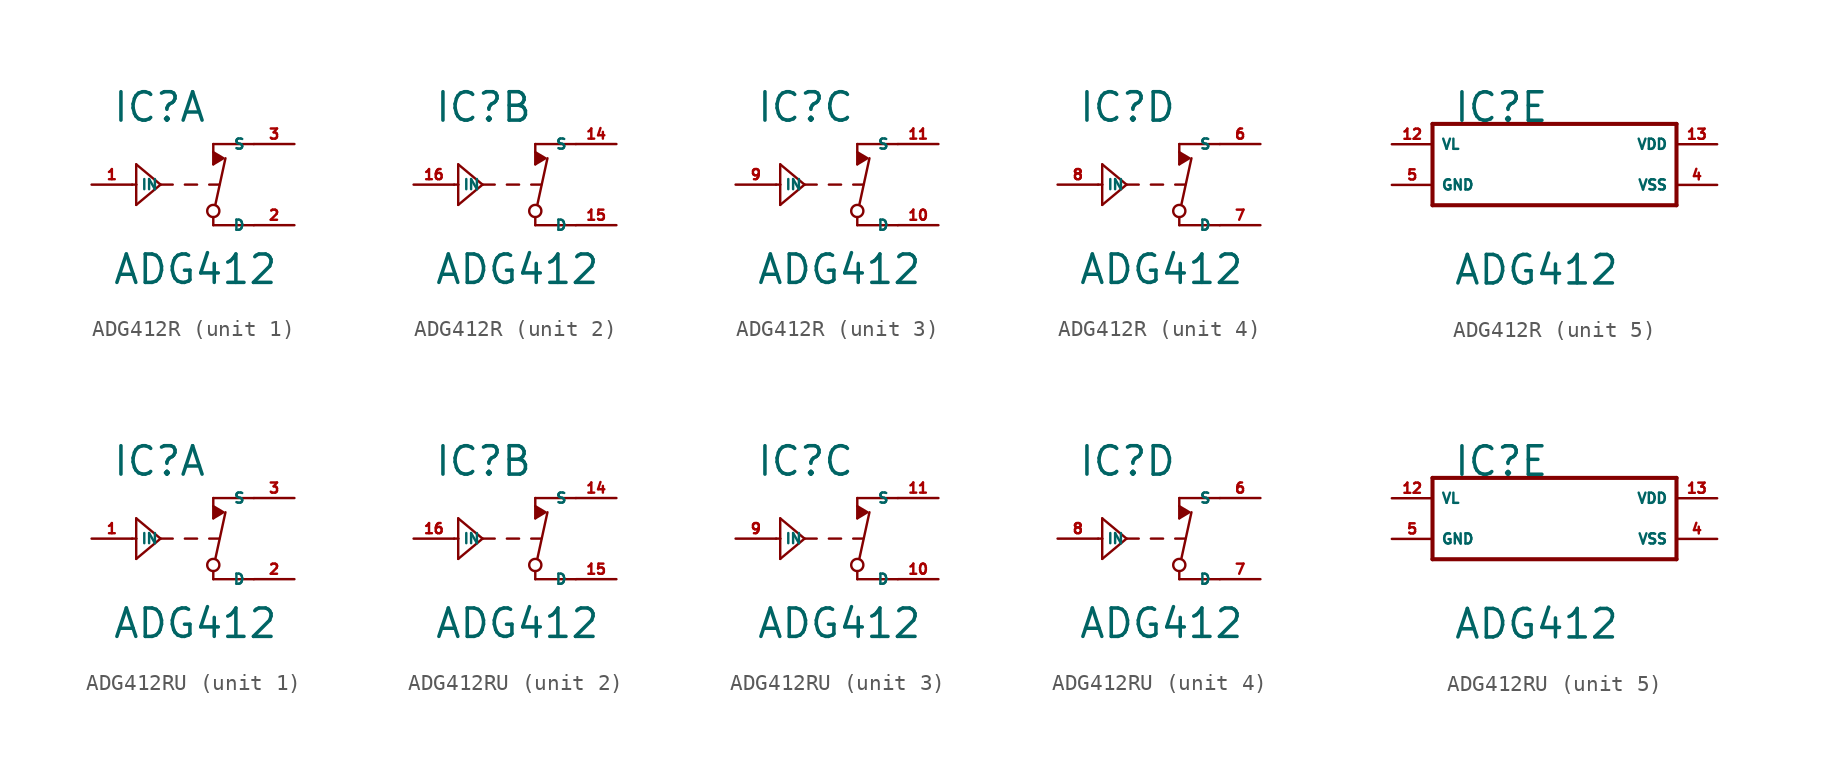
<source format=kicad_sym>
(kicad_symbol_lib
  (version 20220914)
  (generator Eagle2Kicad)
  (symbol "ADG412R"
    (property "Reference" "IC"
      (at -6.35 3.81 0)
      (effects (font (size 1.778 1.778) (thickness 0.22)) (justify left bottom)))
    (property "Value" "ADG412"
      (at -6.35 -6.35 0)
      (effects (font (size 1.778 1.778) (thickness 0.22)) (justify left bottom)))
    (symbol "ADG412R_1_0"
      (polyline (pts (xy 0 1.27) (xy 0.635 1.651) (xy 0 2.032)) (stroke (width 0.152) (type default)) (fill (type outline)))
      (polyline (pts (xy 2.54 2.54) (xy 0 2.54)) (stroke (width 0.152) (type default)) (fill (type none)))
      (polyline (pts (xy 0 2.54) (xy 0 1.27)) (stroke (width 0.152) (type default)) (fill (type none)))
      (polyline (pts (xy 2.54 -2.54) (xy 0 -2.54)) (stroke (width 0.152) (type default)) (fill (type none)))
      (polyline (pts (xy 0 -2.54) (xy 0 -2.032)) (stroke (width 0.152) (type default)) (fill (type none)))
      (polyline (pts (xy 0.127 -1.27) (xy 0.762 1.651)) (stroke (width 0.152) (type default)) (fill (type none)))
      (polyline (pts (xy -5.08 0) (xy -4.826 0)) (stroke (width 0.152) (type default)) (fill (type none)))
      (polyline (pts (xy -4.826 0) (xy -4.826 1.27)) (stroke (width 0.152) (type default)) (fill (type none)))
      (polyline (pts (xy -4.826 1.27) (xy -3.302 0)) (stroke (width 0.152) (type default)) (fill (type none)))
      (polyline (pts (xy -3.302 0) (xy -4.826 -1.27)) (stroke (width 0.152) (type default)) (fill (type none)))
      (polyline (pts (xy -4.826 -1.27) (xy -4.826 0)) (stroke (width 0.152) (type default)) (fill (type none)))
      (polyline (pts (xy -3.302 0) (xy -2.54 0)) (stroke (width 0.152) (type default)) (fill (type none)))
      (polyline (pts (xy -1.778 0) (xy -1.016 0)) (stroke (width 0.152) (type default)) (fill (type none)))
      (polyline (pts (xy -0.254 0) (xy 0.381 0)) (stroke (width 0.152) (type default)) (fill (type none)))
      (circle (center 0 -1.651) (radius 0.381) (stroke (width 0.152) (type default)) (fill (type none)))
      (pin input line (at -7.62 0 0) (length 2.54) (name "IN" (effects (font (size 0.635 0.635) (thickness 0.08)) (justify left bottom))) (number "1" (effects (font (size 0.635 0.635) (thickness 0.08)) (justify left bottom))))
      (pin passive line (at 5.08 2.54 180) (length 2.54) (name "S" (effects (font (size 0.635 0.635) (thickness 0.08)) (justify left bottom))) (number "3" (effects (font (size 0.635 0.635) (thickness 0.08)) (justify left bottom))))
      (pin passive line (at 5.08 -2.54 180) (length 2.54) (name "D" (effects (font (size 0.635 0.635) (thickness 0.08)) (justify left bottom))) (number "2" (effects (font (size 0.635 0.635) (thickness 0.08)) (justify left bottom)))))
    (symbol "ADG412R_2_0"
      (polyline (pts (xy 0 1.27) (xy 0.635 1.651) (xy 0 2.032)) (stroke (width 0.152) (type default)) (fill (type outline)))
      (polyline (pts (xy 2.54 2.54) (xy 0 2.54)) (stroke (width 0.152) (type default)) (fill (type none)))
      (polyline (pts (xy 0 2.54) (xy 0 1.27)) (stroke (width 0.152) (type default)) (fill (type none)))
      (polyline (pts (xy 2.54 -2.54) (xy 0 -2.54)) (stroke (width 0.152) (type default)) (fill (type none)))
      (polyline (pts (xy 0 -2.54) (xy 0 -2.032)) (stroke (width 0.152) (type default)) (fill (type none)))
      (polyline (pts (xy 0.127 -1.27) (xy 0.762 1.651)) (stroke (width 0.152) (type default)) (fill (type none)))
      (polyline (pts (xy -5.08 0) (xy -4.826 0)) (stroke (width 0.152) (type default)) (fill (type none)))
      (polyline (pts (xy -4.826 0) (xy -4.826 1.27)) (stroke (width 0.152) (type default)) (fill (type none)))
      (polyline (pts (xy -4.826 1.27) (xy -3.302 0)) (stroke (width 0.152) (type default)) (fill (type none)))
      (polyline (pts (xy -3.302 0) (xy -4.826 -1.27)) (stroke (width 0.152) (type default)) (fill (type none)))
      (polyline (pts (xy -4.826 -1.27) (xy -4.826 0)) (stroke (width 0.152) (type default)) (fill (type none)))
      (polyline (pts (xy -3.302 0) (xy -2.54 0)) (stroke (width 0.152) (type default)) (fill (type none)))
      (polyline (pts (xy -1.778 0) (xy -1.016 0)) (stroke (width 0.152) (type default)) (fill (type none)))
      (polyline (pts (xy -0.254 0) (xy 0.381 0)) (stroke (width 0.152) (type default)) (fill (type none)))
      (circle (center 0 -1.651) (radius 0.381) (stroke (width 0.152) (type default)) (fill (type none)))
      (pin input line (at -7.62 0 0) (length 2.54) (name "IN" (effects (font (size 0.635 0.635) (thickness 0.08)) (justify left bottom))) (number "16" (effects (font (size 0.635 0.635) (thickness 0.08)) (justify left bottom))))
      (pin passive line (at 5.08 2.54 180) (length 2.54) (name "S" (effects (font (size 0.635 0.635) (thickness 0.08)) (justify left bottom))) (number "14" (effects (font (size 0.635 0.635) (thickness 0.08)) (justify left bottom))))
      (pin passive line (at 5.08 -2.54 180) (length 2.54) (name "D" (effects (font (size 0.635 0.635) (thickness 0.08)) (justify left bottom))) (number "15" (effects (font (size 0.635 0.635) (thickness 0.08)) (justify left bottom)))))
    (symbol "ADG412R_3_0"
      (polyline (pts (xy 0 1.27) (xy 0.635 1.651) (xy 0 2.032)) (stroke (width 0.152) (type default)) (fill (type outline)))
      (polyline (pts (xy 2.54 2.54) (xy 0 2.54)) (stroke (width 0.152) (type default)) (fill (type none)))
      (polyline (pts (xy 0 2.54) (xy 0 1.27)) (stroke (width 0.152) (type default)) (fill (type none)))
      (polyline (pts (xy 2.54 -2.54) (xy 0 -2.54)) (stroke (width 0.152) (type default)) (fill (type none)))
      (polyline (pts (xy 0 -2.54) (xy 0 -2.032)) (stroke (width 0.152) (type default)) (fill (type none)))
      (polyline (pts (xy 0.127 -1.27) (xy 0.762 1.651)) (stroke (width 0.152) (type default)) (fill (type none)))
      (polyline (pts (xy -5.08 0) (xy -4.826 0)) (stroke (width 0.152) (type default)) (fill (type none)))
      (polyline (pts (xy -4.826 0) (xy -4.826 1.27)) (stroke (width 0.152) (type default)) (fill (type none)))
      (polyline (pts (xy -4.826 1.27) (xy -3.302 0)) (stroke (width 0.152) (type default)) (fill (type none)))
      (polyline (pts (xy -3.302 0) (xy -4.826 -1.27)) (stroke (width 0.152) (type default)) (fill (type none)))
      (polyline (pts (xy -4.826 -1.27) (xy -4.826 0)) (stroke (width 0.152) (type default)) (fill (type none)))
      (polyline (pts (xy -3.302 0) (xy -2.54 0)) (stroke (width 0.152) (type default)) (fill (type none)))
      (polyline (pts (xy -1.778 0) (xy -1.016 0)) (stroke (width 0.152) (type default)) (fill (type none)))
      (polyline (pts (xy -0.254 0) (xy 0.381 0)) (stroke (width 0.152) (type default)) (fill (type none)))
      (circle (center 0 -1.651) (radius 0.381) (stroke (width 0.152) (type default)) (fill (type none)))
      (pin input line (at -7.62 0 0) (length 2.54) (name "IN" (effects (font (size 0.635 0.635) (thickness 0.08)) (justify left bottom))) (number "9" (effects (font (size 0.635 0.635) (thickness 0.08)) (justify left bottom))))
      (pin passive line (at 5.08 2.54 180) (length 2.54) (name "S" (effects (font (size 0.635 0.635) (thickness 0.08)) (justify left bottom))) (number "11" (effects (font (size 0.635 0.635) (thickness 0.08)) (justify left bottom))))
      (pin passive line (at 5.08 -2.54 180) (length 2.54) (name "D" (effects (font (size 0.635 0.635) (thickness 0.08)) (justify left bottom))) (number "10" (effects (font (size 0.635 0.635) (thickness 0.08)) (justify left bottom)))))
    (symbol "ADG412R_4_0"
      (polyline (pts (xy 0 1.27) (xy 0.635 1.651) (xy 0 2.032)) (stroke (width 0.152) (type default)) (fill (type outline)))
      (polyline (pts (xy 2.54 2.54) (xy 0 2.54)) (stroke (width 0.152) (type default)) (fill (type none)))
      (polyline (pts (xy 0 2.54) (xy 0 1.27)) (stroke (width 0.152) (type default)) (fill (type none)))
      (polyline (pts (xy 2.54 -2.54) (xy 0 -2.54)) (stroke (width 0.152) (type default)) (fill (type none)))
      (polyline (pts (xy 0 -2.54) (xy 0 -2.032)) (stroke (width 0.152) (type default)) (fill (type none)))
      (polyline (pts (xy 0.127 -1.27) (xy 0.762 1.651)) (stroke (width 0.152) (type default)) (fill (type none)))
      (polyline (pts (xy -5.08 0) (xy -4.826 0)) (stroke (width 0.152) (type default)) (fill (type none)))
      (polyline (pts (xy -4.826 0) (xy -4.826 1.27)) (stroke (width 0.152) (type default)) (fill (type none)))
      (polyline (pts (xy -4.826 1.27) (xy -3.302 0)) (stroke (width 0.152) (type default)) (fill (type none)))
      (polyline (pts (xy -3.302 0) (xy -4.826 -1.27)) (stroke (width 0.152) (type default)) (fill (type none)))
      (polyline (pts (xy -4.826 -1.27) (xy -4.826 0)) (stroke (width 0.152) (type default)) (fill (type none)))
      (polyline (pts (xy -3.302 0) (xy -2.54 0)) (stroke (width 0.152) (type default)) (fill (type none)))
      (polyline (pts (xy -1.778 0) (xy -1.016 0)) (stroke (width 0.152) (type default)) (fill (type none)))
      (polyline (pts (xy -0.254 0) (xy 0.381 0)) (stroke (width 0.152) (type default)) (fill (type none)))
      (circle (center 0 -1.651) (radius 0.381) (stroke (width 0.152) (type default)) (fill (type none)))
      (pin input line (at -7.62 0 0) (length 2.54) (name "IN" (effects (font (size 0.635 0.635) (thickness 0.08)) (justify left bottom))) (number "8" (effects (font (size 0.635 0.635) (thickness 0.08)) (justify left bottom))))
      (pin passive line (at 5.08 2.54 180) (length 2.54) (name "S" (effects (font (size 0.635 0.635) (thickness 0.08)) (justify left bottom))) (number "6" (effects (font (size 0.635 0.635) (thickness 0.08)) (justify left bottom))))
      (pin passive line (at 5.08 -2.54 180) (length 2.54) (name "D" (effects (font (size 0.635 0.635) (thickness 0.08)) (justify left bottom))) (number "7" (effects (font (size 0.635 0.635) (thickness 0.08)) (justify left bottom)))))
    (symbol "ADG412R_5_0"
      (polyline (pts (xy -7.62 3.81) (xy 7.62 3.81)) (stroke (width 0.254) (type default)) (fill (type none)))
      (polyline (pts (xy 7.62 3.81) (xy 7.62 -1.27)) (stroke (width 0.254) (type default)) (fill (type none)))
      (polyline (pts (xy 7.62 -1.27) (xy -7.62 -1.27)) (stroke (width 0.254) (type default)) (fill (type none)))
      (polyline (pts (xy -7.62 -1.27) (xy -7.62 3.81)) (stroke (width 0.254) (type default)) (fill (type none)))
      (pin unspecified line (at 10.16 2.54 180) (length 2.54) (name "VDD" (effects (font (size 0.635 0.635) (thickness 0.08)) (justify left bottom))) (number "13" (effects (font (size 0.635 0.635) (thickness 0.08)) (justify left bottom))))
      (pin unspecified line (at 10.16 0 180) (length 2.54) (name "VSS" (effects (font (size 0.635 0.635) (thickness 0.08)) (justify left bottom))) (number "4" (effects (font (size 0.635 0.635) (thickness 0.08)) (justify left bottom))))
      (pin unspecified line (at -10.16 0 0) (length 2.54) (name "GND" (effects (font (size 0.635 0.635) (thickness 0.08)) (justify left bottom))) (number "5" (effects (font (size 0.635 0.635) (thickness 0.08)) (justify left bottom))))
      (pin unspecified line (at -10.16 2.54 0) (length 2.54) (name "VL" (effects (font (size 0.635 0.635) (thickness 0.08)) (justify left bottom))) (number "12" (effects (font (size 0.635 0.635) (thickness 0.08)) (justify left bottom))))))
  (symbol "ADG412RU"
    (property "Reference" "IC"
      (at -6.35 3.81 0)
      (effects (font (size 1.778 1.778) (thickness 0.22)) (justify left bottom)))
    (property "Value" "ADG412"
      (at -6.35 -6.35 0)
      (effects (font (size 1.778 1.778) (thickness 0.22)) (justify left bottom)))
    (symbol "ADG412RU_1_0"
      (polyline (pts (xy 0 1.27) (xy 0.635 1.651) (xy 0 2.032)) (stroke (width 0.152) (type default)) (fill (type outline)))
      (polyline (pts (xy 2.54 2.54) (xy 0 2.54)) (stroke (width 0.152) (type default)) (fill (type none)))
      (polyline (pts (xy 0 2.54) (xy 0 1.27)) (stroke (width 0.152) (type default)) (fill (type none)))
      (polyline (pts (xy 2.54 -2.54) (xy 0 -2.54)) (stroke (width 0.152) (type default)) (fill (type none)))
      (polyline (pts (xy 0 -2.54) (xy 0 -2.032)) (stroke (width 0.152) (type default)) (fill (type none)))
      (polyline (pts (xy 0.127 -1.27) (xy 0.762 1.651)) (stroke (width 0.152) (type default)) (fill (type none)))
      (polyline (pts (xy -5.08 0) (xy -4.826 0)) (stroke (width 0.152) (type default)) (fill (type none)))
      (polyline (pts (xy -4.826 0) (xy -4.826 1.27)) (stroke (width 0.152) (type default)) (fill (type none)))
      (polyline (pts (xy -4.826 1.27) (xy -3.302 0)) (stroke (width 0.152) (type default)) (fill (type none)))
      (polyline (pts (xy -3.302 0) (xy -4.826 -1.27)) (stroke (width 0.152) (type default)) (fill (type none)))
      (polyline (pts (xy -4.826 -1.27) (xy -4.826 0)) (stroke (width 0.152) (type default)) (fill (type none)))
      (polyline (pts (xy -3.302 0) (xy -2.54 0)) (stroke (width 0.152) (type default)) (fill (type none)))
      (polyline (pts (xy -1.778 0) (xy -1.016 0)) (stroke (width 0.152) (type default)) (fill (type none)))
      (polyline (pts (xy -0.254 0) (xy 0.381 0)) (stroke (width 0.152) (type default)) (fill (type none)))
      (circle (center 0 -1.651) (radius 0.381) (stroke (width 0.152) (type default)) (fill (type none)))
      (pin input line (at -7.62 0 0) (length 2.54) (name "IN" (effects (font (size 0.635 0.635) (thickness 0.08)) (justify left bottom))) (number "1" (effects (font (size 0.635 0.635) (thickness 0.08)) (justify left bottom))))
      (pin passive line (at 5.08 2.54 180) (length 2.54) (name "S" (effects (font (size 0.635 0.635) (thickness 0.08)) (justify left bottom))) (number "3" (effects (font (size 0.635 0.635) (thickness 0.08)) (justify left bottom))))
      (pin passive line (at 5.08 -2.54 180) (length 2.54) (name "D" (effects (font (size 0.635 0.635) (thickness 0.08)) (justify left bottom))) (number "2" (effects (font (size 0.635 0.635) (thickness 0.08)) (justify left bottom)))))
    (symbol "ADG412RU_2_0"
      (polyline (pts (xy 0 1.27) (xy 0.635 1.651) (xy 0 2.032)) (stroke (width 0.152) (type default)) (fill (type outline)))
      (polyline (pts (xy 2.54 2.54) (xy 0 2.54)) (stroke (width 0.152) (type default)) (fill (type none)))
      (polyline (pts (xy 0 2.54) (xy 0 1.27)) (stroke (width 0.152) (type default)) (fill (type none)))
      (polyline (pts (xy 2.54 -2.54) (xy 0 -2.54)) (stroke (width 0.152) (type default)) (fill (type none)))
      (polyline (pts (xy 0 -2.54) (xy 0 -2.032)) (stroke (width 0.152) (type default)) (fill (type none)))
      (polyline (pts (xy 0.127 -1.27) (xy 0.762 1.651)) (stroke (width 0.152) (type default)) (fill (type none)))
      (polyline (pts (xy -5.08 0) (xy -4.826 0)) (stroke (width 0.152) (type default)) (fill (type none)))
      (polyline (pts (xy -4.826 0) (xy -4.826 1.27)) (stroke (width 0.152) (type default)) (fill (type none)))
      (polyline (pts (xy -4.826 1.27) (xy -3.302 0)) (stroke (width 0.152) (type default)) (fill (type none)))
      (polyline (pts (xy -3.302 0) (xy -4.826 -1.27)) (stroke (width 0.152) (type default)) (fill (type none)))
      (polyline (pts (xy -4.826 -1.27) (xy -4.826 0)) (stroke (width 0.152) (type default)) (fill (type none)))
      (polyline (pts (xy -3.302 0) (xy -2.54 0)) (stroke (width 0.152) (type default)) (fill (type none)))
      (polyline (pts (xy -1.778 0) (xy -1.016 0)) (stroke (width 0.152) (type default)) (fill (type none)))
      (polyline (pts (xy -0.254 0) (xy 0.381 0)) (stroke (width 0.152) (type default)) (fill (type none)))
      (circle (center 0 -1.651) (radius 0.381) (stroke (width 0.152) (type default)) (fill (type none)))
      (pin input line (at -7.62 0 0) (length 2.54) (name "IN" (effects (font (size 0.635 0.635) (thickness 0.08)) (justify left bottom))) (number "16" (effects (font (size 0.635 0.635) (thickness 0.08)) (justify left bottom))))
      (pin passive line (at 5.08 2.54 180) (length 2.54) (name "S" (effects (font (size 0.635 0.635) (thickness 0.08)) (justify left bottom))) (number "14" (effects (font (size 0.635 0.635) (thickness 0.08)) (justify left bottom))))
      (pin passive line (at 5.08 -2.54 180) (length 2.54) (name "D" (effects (font (size 0.635 0.635) (thickness 0.08)) (justify left bottom))) (number "15" (effects (font (size 0.635 0.635) (thickness 0.08)) (justify left bottom)))))
    (symbol "ADG412RU_3_0"
      (polyline (pts (xy 0 1.27) (xy 0.635 1.651) (xy 0 2.032)) (stroke (width 0.152) (type default)) (fill (type outline)))
      (polyline (pts (xy 2.54 2.54) (xy 0 2.54)) (stroke (width 0.152) (type default)) (fill (type none)))
      (polyline (pts (xy 0 2.54) (xy 0 1.27)) (stroke (width 0.152) (type default)) (fill (type none)))
      (polyline (pts (xy 2.54 -2.54) (xy 0 -2.54)) (stroke (width 0.152) (type default)) (fill (type none)))
      (polyline (pts (xy 0 -2.54) (xy 0 -2.032)) (stroke (width 0.152) (type default)) (fill (type none)))
      (polyline (pts (xy 0.127 -1.27) (xy 0.762 1.651)) (stroke (width 0.152) (type default)) (fill (type none)))
      (polyline (pts (xy -5.08 0) (xy -4.826 0)) (stroke (width 0.152) (type default)) (fill (type none)))
      (polyline (pts (xy -4.826 0) (xy -4.826 1.27)) (stroke (width 0.152) (type default)) (fill (type none)))
      (polyline (pts (xy -4.826 1.27) (xy -3.302 0)) (stroke (width 0.152) (type default)) (fill (type none)))
      (polyline (pts (xy -3.302 0) (xy -4.826 -1.27)) (stroke (width 0.152) (type default)) (fill (type none)))
      (polyline (pts (xy -4.826 -1.27) (xy -4.826 0)) (stroke (width 0.152) (type default)) (fill (type none)))
      (polyline (pts (xy -3.302 0) (xy -2.54 0)) (stroke (width 0.152) (type default)) (fill (type none)))
      (polyline (pts (xy -1.778 0) (xy -1.016 0)) (stroke (width 0.152) (type default)) (fill (type none)))
      (polyline (pts (xy -0.254 0) (xy 0.381 0)) (stroke (width 0.152) (type default)) (fill (type none)))
      (circle (center 0 -1.651) (radius 0.381) (stroke (width 0.152) (type default)) (fill (type none)))
      (pin input line (at -7.62 0 0) (length 2.54) (name "IN" (effects (font (size 0.635 0.635) (thickness 0.08)) (justify left bottom))) (number "9" (effects (font (size 0.635 0.635) (thickness 0.08)) (justify left bottom))))
      (pin passive line (at 5.08 2.54 180) (length 2.54) (name "S" (effects (font (size 0.635 0.635) (thickness 0.08)) (justify left bottom))) (number "11" (effects (font (size 0.635 0.635) (thickness 0.08)) (justify left bottom))))
      (pin passive line (at 5.08 -2.54 180) (length 2.54) (name "D" (effects (font (size 0.635 0.635) (thickness 0.08)) (justify left bottom))) (number "10" (effects (font (size 0.635 0.635) (thickness 0.08)) (justify left bottom)))))
    (symbol "ADG412RU_4_0"
      (polyline (pts (xy 0 1.27) (xy 0.635 1.651) (xy 0 2.032)) (stroke (width 0.152) (type default)) (fill (type outline)))
      (polyline (pts (xy 2.54 2.54) (xy 0 2.54)) (stroke (width 0.152) (type default)) (fill (type none)))
      (polyline (pts (xy 0 2.54) (xy 0 1.27)) (stroke (width 0.152) (type default)) (fill (type none)))
      (polyline (pts (xy 2.54 -2.54) (xy 0 -2.54)) (stroke (width 0.152) (type default)) (fill (type none)))
      (polyline (pts (xy 0 -2.54) (xy 0 -2.032)) (stroke (width 0.152) (type default)) (fill (type none)))
      (polyline (pts (xy 0.127 -1.27) (xy 0.762 1.651)) (stroke (width 0.152) (type default)) (fill (type none)))
      (polyline (pts (xy -5.08 0) (xy -4.826 0)) (stroke (width 0.152) (type default)) (fill (type none)))
      (polyline (pts (xy -4.826 0) (xy -4.826 1.27)) (stroke (width 0.152) (type default)) (fill (type none)))
      (polyline (pts (xy -4.826 1.27) (xy -3.302 0)) (stroke (width 0.152) (type default)) (fill (type none)))
      (polyline (pts (xy -3.302 0) (xy -4.826 -1.27)) (stroke (width 0.152) (type default)) (fill (type none)))
      (polyline (pts (xy -4.826 -1.27) (xy -4.826 0)) (stroke (width 0.152) (type default)) (fill (type none)))
      (polyline (pts (xy -3.302 0) (xy -2.54 0)) (stroke (width 0.152) (type default)) (fill (type none)))
      (polyline (pts (xy -1.778 0) (xy -1.016 0)) (stroke (width 0.152) (type default)) (fill (type none)))
      (polyline (pts (xy -0.254 0) (xy 0.381 0)) (stroke (width 0.152) (type default)) (fill (type none)))
      (circle (center 0 -1.651) (radius 0.381) (stroke (width 0.152) (type default)) (fill (type none)))
      (pin input line (at -7.62 0 0) (length 2.54) (name "IN" (effects (font (size 0.635 0.635) (thickness 0.08)) (justify left bottom))) (number "8" (effects (font (size 0.635 0.635) (thickness 0.08)) (justify left bottom))))
      (pin passive line (at 5.08 2.54 180) (length 2.54) (name "S" (effects (font (size 0.635 0.635) (thickness 0.08)) (justify left bottom))) (number "6" (effects (font (size 0.635 0.635) (thickness 0.08)) (justify left bottom))))
      (pin passive line (at 5.08 -2.54 180) (length 2.54) (name "D" (effects (font (size 0.635 0.635) (thickness 0.08)) (justify left bottom))) (number "7" (effects (font (size 0.635 0.635) (thickness 0.08)) (justify left bottom)))))
    (symbol "ADG412RU_5_0"
      (polyline (pts (xy -7.62 3.81) (xy 7.62 3.81)) (stroke (width 0.254) (type default)) (fill (type none)))
      (polyline (pts (xy 7.62 3.81) (xy 7.62 -1.27)) (stroke (width 0.254) (type default)) (fill (type none)))
      (polyline (pts (xy 7.62 -1.27) (xy -7.62 -1.27)) (stroke (width 0.254) (type default)) (fill (type none)))
      (polyline (pts (xy -7.62 -1.27) (xy -7.62 3.81)) (stroke (width 0.254) (type default)) (fill (type none)))
      (pin unspecified line (at 10.16 2.54 180) (length 2.54) (name "VDD" (effects (font (size 0.635 0.635) (thickness 0.08)) (justify left bottom))) (number "13" (effects (font (size 0.635 0.635) (thickness 0.08)) (justify left bottom))))
      (pin unspecified line (at 10.16 0 180) (length 2.54) (name "VSS" (effects (font (size 0.635 0.635) (thickness 0.08)) (justify left bottom))) (number "4" (effects (font (size 0.635 0.635) (thickness 0.08)) (justify left bottom))))
      (pin unspecified line (at -10.16 0 0) (length 2.54) (name "GND" (effects (font (size 0.635 0.635) (thickness 0.08)) (justify left bottom))) (number "5" (effects (font (size 0.635 0.635) (thickness 0.08)) (justify left bottom))))
      (pin unspecified line (at -10.16 2.54 0) (length 2.54) (name "VL" (effects (font (size 0.635 0.635) (thickness 0.08)) (justify left bottom))) (number "12" (effects (font (size 0.635 0.635) (thickness 0.08)) (justify left bottom)))))))
</source>
